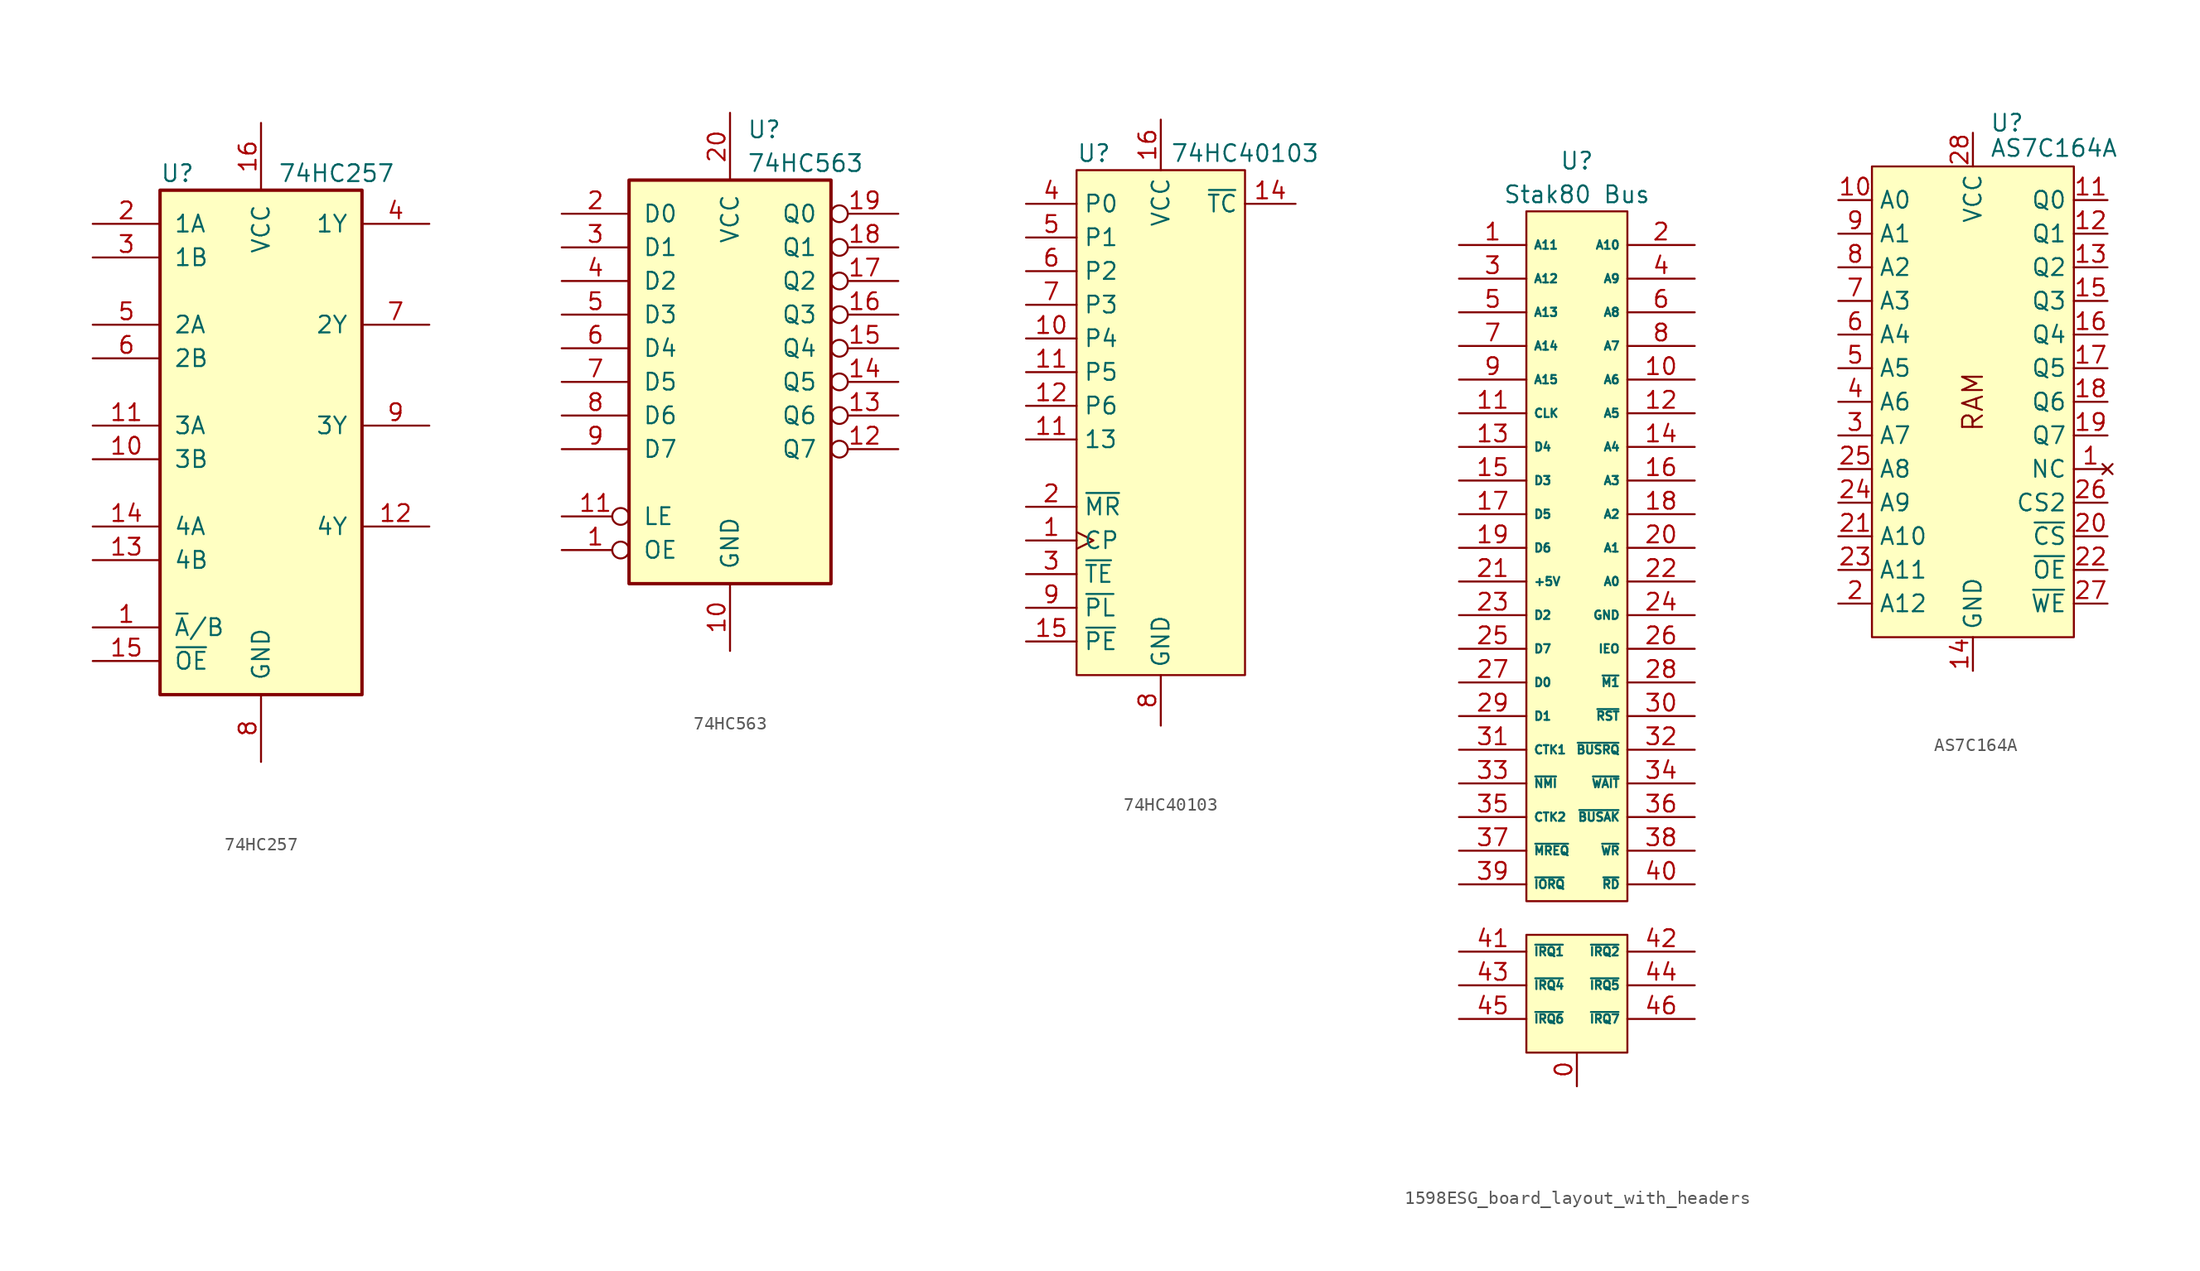
<source format=kicad_sym>
(kicad_symbol_lib
  (version 20220914)
  (generator kicad_symbol_editor)
  (symbol "74HC257"
    (pin_names
      (offset 1.016))
    (property "Reference" "U"
      (at -7.62 19.05 0)
      (effects (font (size 1.27 1.27)) (justify left)))
    (property "Value" "74HC257"
      (at 1.27 19.05 0)
      (effects (font (size 1.27 1.27)) (justify left)))
    (symbol "74HC257_1_0"
      (pin input line (at -12.7 -15.24 0) (length 5.08) (name "~{A}/B" (effects (font (size 1.27 1.27)))) (number "1" (effects (font (size 1.27 1.27)))))
      (pin input line (at -12.7 -2.54 0) (length 5.08) (name "3B" (effects (font (size 1.27 1.27)))) (number "10" (effects (font (size 1.27 1.27)))))
      (pin input line (at -12.7 0 0) (length 5.08) (name "3A" (effects (font (size 1.27 1.27)))) (number "11" (effects (font (size 1.27 1.27)))))
      (pin tri_state line (at 12.7 -7.62 180) (length 5.08) (name "4Y" (effects (font (size 1.27 1.27)))) (number "12" (effects (font (size 1.27 1.27)))))
      (pin input line (at -12.7 -10.16 0) (length 5.08) (name "4B" (effects (font (size 1.27 1.27)))) (number "13" (effects (font (size 1.27 1.27)))))
      (pin input line (at -12.7 -7.62 0) (length 5.08) (name "4A" (effects (font (size 1.27 1.27)))) (number "14" (effects (font (size 1.27 1.27)))))
      (pin input line (at -12.7 -17.78 0) (length 5.08) (name "~{OE}" (effects (font (size 1.27 1.27)))) (number "15" (effects (font (size 1.27 1.27)))))
      (pin power_in line (at 0 22.86 270) (length 5.08) (name "VCC" (effects (font (size 1.27 1.27)))) (number "16" (effects (font (size 1.27 1.27)))))
      (pin input line (at -12.7 15.24 0) (length 5.08) (name "1A" (effects (font (size 1.27 1.27)))) (number "2" (effects (font (size 1.27 1.27)))))
      (pin input line (at -12.7 12.7 0) (length 5.08) (name "1B" (effects (font (size 1.27 1.27)))) (number "3" (effects (font (size 1.27 1.27)))))
      (pin tri_state line (at 12.7 15.24 180) (length 5.08) (name "1Y" (effects (font (size 1.27 1.27)))) (number "4" (effects (font (size 1.27 1.27)))))
      (pin input line (at -12.7 7.62 0) (length 5.08) (name "2A" (effects (font (size 1.27 1.27)))) (number "5" (effects (font (size 1.27 1.27)))))
      (pin input line (at -12.7 5.08 0) (length 5.08) (name "2B" (effects (font (size 1.27 1.27)))) (number "6" (effects (font (size 1.27 1.27)))))
      (pin tri_state line (at 12.7 7.62 180) (length 5.08) (name "2Y" (effects (font (size 1.27 1.27)))) (number "7" (effects (font (size 1.27 1.27)))))
      (pin power_in line (at 0 -25.4 90) (length 5.08) (name "GND" (effects (font (size 1.27 1.27)))) (number "8" (effects (font (size 1.27 1.27)))))
      (pin tri_state line (at 12.7 0 180) (length 5.08) (name "3Y" (effects (font (size 1.27 1.27)))) (number "9" (effects (font (size 1.27 1.27))))))
    (symbol "74HC257_1_1"
      (rectangle (start -7.62 17.78) (end 7.62 -20.32) (stroke (width 0.254) (type default)) (fill (type background)))))
  (symbol "74HC563"
    (pin_names
      (offset 1.016))
    (property "Reference" "U"
      (at 1.27 19.05 0)
      (effects (font (size 1.27 1.27)) (justify left)))
    (property "Value" "74HC563"
      (at 1.27 16.51 0)
      (effects (font (size 1.27 1.27)) (justify left)))
    (symbol "74HC563_1_0"
      (pin input inverted (at -12.7 -12.7 0) (length 5.08) (name "OE" (effects (font (size 1.27 1.27)))) (number "1" (effects (font (size 1.27 1.27)))))
      (pin power_in line (at 0 -20.32 90) (length 5.08) (name "GND" (effects (font (size 1.27 1.27)))) (number "10" (effects (font (size 1.27 1.27)))))
      (pin input inverted (at -12.7 -10.16 0) (length 5.08) (name "LE" (effects (font (size 1.27 1.27)))) (number "11" (effects (font (size 1.27 1.27)))))
      (pin tri_state inverted (at 12.7 -5.08 180) (length 5.08) (name "Q7" (effects (font (size 1.27 1.27)))) (number "12" (effects (font (size 1.27 1.27)))))
      (pin tri_state inverted (at 12.7 -2.54 180) (length 5.08) (name "Q6" (effects (font (size 1.27 1.27)))) (number "13" (effects (font (size 1.27 1.27)))))
      (pin tri_state inverted (at 12.7 0 180) (length 5.08) (name "Q5" (effects (font (size 1.27 1.27)))) (number "14" (effects (font (size 1.27 1.27)))))
      (pin tri_state inverted (at 12.7 2.54 180) (length 5.08) (name "Q4" (effects (font (size 1.27 1.27)))) (number "15" (effects (font (size 1.27 1.27)))))
      (pin tri_state inverted (at 12.7 5.08 180) (length 5.08) (name "Q3" (effects (font (size 1.27 1.27)))) (number "16" (effects (font (size 1.27 1.27)))))
      (pin tri_state inverted (at 12.7 7.62 180) (length 5.08) (name "Q2" (effects (font (size 1.27 1.27)))) (number "17" (effects (font (size 1.27 1.27)))))
      (pin tri_state inverted (at 12.7 10.16 180) (length 5.08) (name "Q1" (effects (font (size 1.27 1.27)))) (number "18" (effects (font (size 1.27 1.27)))))
      (pin tri_state inverted (at 12.7 12.7 180) (length 5.08) (name "Q0" (effects (font (size 1.27 1.27)))) (number "19" (effects (font (size 1.27 1.27)))))
      (pin input line (at -12.7 12.7 0) (length 5.08) (name "D0" (effects (font (size 1.27 1.27)))) (number "2" (effects (font (size 1.27 1.27)))))
      (pin power_in line (at 0 20.32 270) (length 5.08) (name "VCC" (effects (font (size 1.27 1.27)))) (number "20" (effects (font (size 1.27 1.27)))))
      (pin input line (at -12.7 10.16 0) (length 5.08) (name "D1" (effects (font (size 1.27 1.27)))) (number "3" (effects (font (size 1.27 1.27)))))
      (pin input line (at -12.7 7.62 0) (length 5.08) (name "D2" (effects (font (size 1.27 1.27)))) (number "4" (effects (font (size 1.27 1.27)))))
      (pin input line (at -12.7 5.08 0) (length 5.08) (name "D3" (effects (font (size 1.27 1.27)))) (number "5" (effects (font (size 1.27 1.27)))))
      (pin input line (at -12.7 2.54 0) (length 5.08) (name "D4" (effects (font (size 1.27 1.27)))) (number "6" (effects (font (size 1.27 1.27)))))
      (pin input line (at -12.7 0 0) (length 5.08) (name "D5" (effects (font (size 1.27 1.27)))) (number "7" (effects (font (size 1.27 1.27)))))
      (pin input line (at -12.7 -2.54 0) (length 5.08) (name "D6" (effects (font (size 1.27 1.27)))) (number "8" (effects (font (size 1.27 1.27)))))
      (pin input line (at -12.7 -5.08 0) (length 5.08) (name "D7" (effects (font (size 1.27 1.27)))) (number "9" (effects (font (size 1.27 1.27))))))
    (symbol "74HC563_1_1"
      (rectangle (start -7.62 15.24) (end 7.62 -15.24) (stroke (width 0.254) (type default)) (fill (type background)))))
  (symbol "74HC40103"
    (property "Reference" "U"
      (at -6.35 0 0)
      (effects (font (size 1.27 1.27)) (justify left)))
    (property "Value" "74HC40103"
      (at 6.35 0 0)
      (effects (font (size 1.27 1.27))))
    (symbol "74HC40103_0_1"
      (rectangle (start -6.35 -1.27) (end 6.35 -39.37) (stroke (width 0.152) (type default)) (fill (type background))))
    (symbol "74HC40103_1_1"
      (pin input clock (at -10.16 -29.21 0) (length 3.81) (name "CP" (effects (font (size 1.27 1.27)))) (number "1" (effects (font (size 1.27 1.27)))))
      (pin input line (at -10.16 -13.97 0) (length 3.81) (name "P4" (effects (font (size 1.27 1.27)))) (number "10" (effects (font (size 1.27 1.27)))))
      (pin input line (at -10.16 -21.59 0) (length 3.81) (name "13" (effects (font (size 1.27 1.27)))) (number "11" (effects (font (size 1.27 1.27)))))
      (pin input line (at -10.16 -16.51 0) (length 3.81) (name "P5" (effects (font (size 1.27 1.27)))) (number "11" (effects (font (size 1.27 1.27)))))
      (pin input line (at -10.16 -19.05 0) (length 3.81) (name "P6" (effects (font (size 1.27 1.27)))) (number "12" (effects (font (size 1.27 1.27)))))
      (pin output line (at 10.16 -3.81 180) (length 3.81) (name "~{TC}" (effects (font (size 1.27 1.27)))) (number "14" (effects (font (size 1.27 1.27)))))
      (pin input line (at -10.16 -36.83 0) (length 3.81) (name "~{PE}" (effects (font (size 1.27 1.27)))) (number "15" (effects (font (size 1.27 1.27)))))
      (pin power_in line (at 0 2.54 270) (length 3.81) (name "VCC" (effects (font (size 1.27 1.27)))) (number "16" (effects (font (size 1.27 1.27)))))
      (pin input line (at -10.16 -26.67 0) (length 3.81) (name "~{MR}" (effects (font (size 1.27 1.27)))) (number "2" (effects (font (size 1.27 1.27)))))
      (pin input line (at -10.16 -31.75 0) (length 3.81) (name "~{TE}" (effects (font (size 1.27 1.27)))) (number "3" (effects (font (size 1.27 1.27)))))
      (pin input line (at -10.16 -3.81 0) (length 3.81) (name "P0" (effects (font (size 1.27 1.27)))) (number "4" (effects (font (size 1.27 1.27)))))
      (pin input line (at -10.16 -6.35 0) (length 3.81) (name "P1" (effects (font (size 1.27 1.27)))) (number "5" (effects (font (size 1.27 1.27)))))
      (pin input line (at -10.16 -8.89 0) (length 3.81) (name "P2" (effects (font (size 1.27 1.27)))) (number "6" (effects (font (size 1.27 1.27)))))
      (pin input line (at -10.16 -11.43 0) (length 3.81) (name "P3" (effects (font (size 1.27 1.27)))) (number "7" (effects (font (size 1.27 1.27)))))
      (pin power_in line (at 0 -43.18 90) (length 3.81) (name "GND" (effects (font (size 1.27 1.27)))) (number "8" (effects (font (size 1.27 1.27)))))
      (pin input line (at -10.16 -34.29 0) (length 3.81) (name "~{PL}" (effects (font (size 1.27 1.27)))) (number "9" (effects (font (size 1.27 1.27)))))))
  (symbol "1598ESG_board_layout_with_headers"
    (property "Reference" "U"
      (at 0 2.54 0)
      (effects (font (size 1.27 1.27))))
    (property "Value" "Stak80 Bus"
      (at 0 0 0)
      (effects (font (size 1.27 1.27))))
    (symbol "1598ESG_board_layout_with_headers_1_1"
      (rectangle (start -3.81 -55.88) (end 3.81 -64.77) (stroke (width 0) (type default)) (fill (type background)))
      (rectangle (start -3.81 -1.27) (end 3.81 -53.34) (stroke (width 0) (type default)) (fill (type background)))
      (pin passive line (at 0 -67.31 90) (length 2.54) (name "" (effects (font (size 1.27 1.27)))) (number "0" (effects (font (size 1.27 1.27)))))
      (pin passive line (at -8.89 -3.81 0) (length 5.08) (name "A11" (effects (font (size 0.635 0.635)))) (number "1" (effects (font (size 1.27 1.27)))))
      (pin passive line (at 8.89 -13.97 180) (length 5.08) (name "A6" (effects (font (size 0.635 0.635)))) (number "10" (effects (font (size 1.27 1.27)))))
      (pin passive line (at -8.89 -16.51 0) (length 5.08) (name "CLK" (effects (font (size 0.635 0.635)))) (number "11" (effects (font (size 1.27 1.27)))))
      (pin passive line (at 8.89 -16.51 180) (length 5.08) (name "A5" (effects (font (size 0.635 0.635)))) (number "12" (effects (font (size 1.27 1.27)))))
      (pin passive line (at -8.89 -19.05 0) (length 5.08) (name "D4" (effects (font (size 0.635 0.635)))) (number "13" (effects (font (size 1.27 1.27)))))
      (pin passive line (at 8.89 -19.05 180) (length 5.08) (name "A4" (effects (font (size 0.635 0.635)))) (number "14" (effects (font (size 1.27 1.27)))))
      (pin passive line (at -8.89 -21.59 0) (length 5.08) (name "D3" (effects (font (size 0.635 0.635)))) (number "15" (effects (font (size 1.27 1.27)))))
      (pin passive line (at 8.89 -21.59 180) (length 5.08) (name "A3" (effects (font (size 0.635 0.635)))) (number "16" (effects (font (size 1.27 1.27)))))
      (pin passive line (at -8.89 -24.13 0) (length 5.08) (name "D5" (effects (font (size 0.635 0.635)))) (number "17" (effects (font (size 1.27 1.27)))))
      (pin passive line (at 8.89 -24.13 180) (length 5.08) (name "A2" (effects (font (size 0.635 0.635)))) (number "18" (effects (font (size 1.27 1.27)))))
      (pin passive line (at -8.89 -26.67 0) (length 5.08) (name "D6" (effects (font (size 0.635 0.635)))) (number "19" (effects (font (size 1.27 1.27)))))
      (pin passive line (at 8.89 -3.81 180) (length 5.08) (name "A10" (effects (font (size 0.635 0.635)))) (number "2" (effects (font (size 1.27 1.27)))))
      (pin passive line (at 8.89 -26.67 180) (length 5.08) (name "A1" (effects (font (size 0.635 0.635)))) (number "20" (effects (font (size 1.27 1.27)))))
      (pin passive line (at -8.89 -29.21 0) (length 5.08) (name "+5V" (effects (font (size 0.635 0.635)))) (number "21" (effects (font (size 1.27 1.27)))))
      (pin passive line (at 8.89 -29.21 180) (length 5.08) (name "A0" (effects (font (size 0.635 0.635)))) (number "22" (effects (font (size 1.27 1.27)))))
      (pin passive line (at -8.89 -31.75 0) (length 5.08) (name "D2" (effects (font (size 0.635 0.635)))) (number "23" (effects (font (size 1.27 1.27)))))
      (pin passive line (at 8.89 -31.75 180) (length 5.08) (name "GND" (effects (font (size 0.635 0.635)))) (number "24" (effects (font (size 1.27 1.27)))))
      (pin passive line (at -8.89 -34.29 0) (length 5.08) (name "D7" (effects (font (size 0.635 0.635)))) (number "25" (effects (font (size 1.27 1.27)))))
      (pin passive line (at 8.89 -34.29 180) (length 5.08) (name "IEO" (effects (font (size 0.635 0.635)))) (number "26" (effects (font (size 1.27 1.27)))))
      (pin passive line (at -8.89 -36.83 0) (length 5.08) (name "D0" (effects (font (size 0.635 0.635)))) (number "27" (effects (font (size 1.27 1.27)))))
      (pin passive line (at 8.89 -36.83 180) (length 5.08) (name "~{M1}" (effects (font (size 0.635 0.635)))) (number "28" (effects (font (size 1.27 1.27)))))
      (pin passive line (at -8.89 -39.37 0) (length 5.08) (name "D1" (effects (font (size 0.635 0.635)))) (number "29" (effects (font (size 1.27 1.27)))))
      (pin passive line (at -8.89 -6.35 0) (length 5.08) (name "A12" (effects (font (size 0.635 0.635)))) (number "3" (effects (font (size 1.27 1.27)))))
      (pin passive line (at 8.89 -39.37 180) (length 5.08) (name "~{RST}" (effects (font (size 0.635 0.635)))) (number "30" (effects (font (size 1.27 1.27)))))
      (pin passive line (at -8.89 -41.91 0) (length 5.08) (name "CTK1" (effects (font (size 0.635 0.635)))) (number "31" (effects (font (size 1.27 1.27)))))
      (pin passive line (at 8.89 -41.91 180) (length 5.08) (name "~{BUSRQ}" (effects (font (size 0.635 0.635)))) (number "32" (effects (font (size 1.27 1.27)))))
      (pin passive line (at -8.89 -44.45 0) (length 5.08) (name "~{NMI}" (effects (font (size 0.635 0.635)))) (number "33" (effects (font (size 1.27 1.27)))))
      (pin passive line (at 8.89 -44.45 180) (length 5.08) (name "~{WAIT}" (effects (font (size 0.635 0.635)))) (number "34" (effects (font (size 1.27 1.27)))))
      (pin passive line (at -8.89 -46.99 0) (length 5.08) (name "CTK2" (effects (font (size 0.635 0.635)))) (number "35" (effects (font (size 1.27 1.27)))))
      (pin passive line (at 8.89 -46.99 180) (length 5.08) (name "~{BUSAK}" (effects (font (size 0.635 0.635)))) (number "36" (effects (font (size 1.27 1.27)))))
      (pin passive line (at -8.89 -49.53 0) (length 5.08) (name "~{MREQ}" (effects (font (size 0.635 0.635)))) (number "37" (effects (font (size 1.27 1.27)))))
      (pin passive line (at 8.89 -49.53 180) (length 5.08) (name "~{WR}" (effects (font (size 0.635 0.635)))) (number "38" (effects (font (size 1.27 1.27)))))
      (pin passive line (at -8.89 -52.07 0) (length 5.08) (name "~{IORQ}" (effects (font (size 0.635 0.635)))) (number "39" (effects (font (size 1.27 1.27)))))
      (pin passive line (at 8.89 -6.35 180) (length 5.08) (name "A9" (effects (font (size 0.635 0.635)))) (number "4" (effects (font (size 1.27 1.27)))))
      (pin passive line (at 8.89 -52.07 180) (length 5.08) (name "~{RD}" (effects (font (size 0.635 0.635)))) (number "40" (effects (font (size 1.27 1.27)))))
      (pin passive line (at -8.89 -57.15 0) (length 5.08) (name "~{IRQ1}" (effects (font (size 0.635 0.635)))) (number "41" (effects (font (size 1.27 1.27)))))
      (pin passive line (at 8.89 -57.15 180) (length 5.08) (name "~{IRQ2}" (effects (font (size 0.635 0.635)))) (number "42" (effects (font (size 1.27 1.27)))))
      (pin passive line (at -8.89 -59.69 0) (length 5.08) (name "~{IRQ4}" (effects (font (size 0.635 0.635)))) (number "43" (effects (font (size 1.27 1.27)))))
      (pin passive line (at 8.89 -59.69 180) (length 5.08) (name "~{IRQ5}" (effects (font (size 0.635 0.635)))) (number "44" (effects (font (size 1.27 1.27)))))
      (pin passive line (at -8.89 -62.23 0) (length 5.08) (name "~{IRQ6}" (effects (font (size 0.635 0.635)))) (number "45" (effects (font (size 1.27 1.27)))))
      (pin passive line (at 8.89 -62.23 180) (length 5.08) (name "~{IRQ7}" (effects (font (size 0.635 0.635)))) (number "46" (effects (font (size 1.27 1.27)))))
      (pin passive line (at -8.89 -8.89 0) (length 5.08) (name "A13" (effects (font (size 0.635 0.635)))) (number "5" (effects (font (size 1.27 1.27)))))
      (pin passive line (at 8.89 -8.89 180) (length 5.08) (name "A8" (effects (font (size 0.635 0.635)))) (number "6" (effects (font (size 1.27 1.27)))))
      (pin passive line (at -8.89 -11.43 0) (length 5.08) (name "A14" (effects (font (size 0.635 0.635)))) (number "7" (effects (font (size 1.27 1.27)))))
      (pin passive line (at 8.89 -11.43 180) (length 5.08) (name "A7" (effects (font (size 0.635 0.635)))) (number "8" (effects (font (size 1.27 1.27)))))
      (pin passive line (at -8.89 -13.97 0) (length 5.08) (name "A15" (effects (font (size 0.635 0.635)))) (number "9" (effects (font (size 1.27 1.27)))))))
  (symbol "AS7C164A"
    (property "Reference" "U"
      (at 1.27 22.86 0)
      (effects (font (size 1.27 1.27)) (justify left bottom)))
    (property "Value" "AS7C164A"
      (at 1.27 20.955 0)
      (effects (font (size 1.27 1.27)) (justify left bottom)))
    (symbol "AS7C164A_0_0"
      (text "RAM" (at 0 2.54 900) (effects (font (size 1.499 1.499))))
      (pin power_in line (at 0 -17.78 90) (length 2.54) (name "GND" (effects (font (size 1.27 1.27)))) (number "14" (effects (font (size 1.27 1.27)))))
      (pin power_in line (at 0 22.86 270) (length 2.54) (name "VCC" (effects (font (size 1.27 1.27)))) (number "28" (effects (font (size 1.27 1.27))))))
    (symbol "AS7C164A_0_1"
      (rectangle (start -7.62 20.32) (end 7.62 -15.24) (stroke (width 0) (type solid)) (fill (type background))))
    (symbol "AS7C164A_1_1"
      (pin no_connect line (at 10.16 -2.54 180) (length 2.54) (name "NC" (effects (font (size 1.27 1.27)))) (number "1" (effects (font (size 1.27 1.27)))))
      (pin input line (at -10.16 17.78 0) (length 2.54) (name "A0" (effects (font (size 1.27 1.27)))) (number "10" (effects (font (size 1.27 1.27)))))
      (pin tri_state line (at 10.16 17.78 180) (length 2.54) (name "Q0" (effects (font (size 1.27 1.27)))) (number "11" (effects (font (size 1.27 1.27)))))
      (pin tri_state line (at 10.16 15.24 180) (length 2.54) (name "Q1" (effects (font (size 1.27 1.27)))) (number "12" (effects (font (size 1.27 1.27)))))
      (pin tri_state line (at 10.16 12.7 180) (length 2.54) (name "Q2" (effects (font (size 1.27 1.27)))) (number "13" (effects (font (size 1.27 1.27)))))
      (pin tri_state line (at 10.16 10.16 180) (length 2.54) (name "Q3" (effects (font (size 1.27 1.27)))) (number "15" (effects (font (size 1.27 1.27)))))
      (pin tri_state line (at 10.16 7.62 180) (length 2.54) (name "Q4" (effects (font (size 1.27 1.27)))) (number "16" (effects (font (size 1.27 1.27)))))
      (pin tri_state line (at 10.16 5.08 180) (length 2.54) (name "Q5" (effects (font (size 1.27 1.27)))) (number "17" (effects (font (size 1.27 1.27)))))
      (pin tri_state line (at 10.16 2.54 180) (length 2.54) (name "Q6" (effects (font (size 1.27 1.27)))) (number "18" (effects (font (size 1.27 1.27)))))
      (pin tri_state line (at 10.16 0 180) (length 2.54) (name "Q7" (effects (font (size 1.27 1.27)))) (number "19" (effects (font (size 1.27 1.27)))))
      (pin input line (at -10.16 -12.7 0) (length 2.54) (name "A12" (effects (font (size 1.27 1.27)))) (number "2" (effects (font (size 1.27 1.27)))))
      (pin input line (at 10.16 -7.62 180) (length 2.54) (name "~{CS}" (effects (font (size 1.27 1.27)))) (number "20" (effects (font (size 1.27 1.27)))))
      (pin input line (at -10.16 -7.62 0) (length 2.54) (name "A10" (effects (font (size 1.27 1.27)))) (number "21" (effects (font (size 1.27 1.27)))))
      (pin input line (at 10.16 -10.16 180) (length 2.54) (name "~{OE}" (effects (font (size 1.27 1.27)))) (number "22" (effects (font (size 1.27 1.27)))))
      (pin input line (at -10.16 -10.16 0) (length 2.54) (name "A11" (effects (font (size 1.27 1.27)))) (number "23" (effects (font (size 1.27 1.27)))))
      (pin input line (at -10.16 -5.08 0) (length 2.54) (name "A9" (effects (font (size 1.27 1.27)))) (number "24" (effects (font (size 1.27 1.27)))))
      (pin input line (at -10.16 -2.54 0) (length 2.54) (name "A8" (effects (font (size 1.27 1.27)))) (number "25" (effects (font (size 1.27 1.27)))))
      (pin input line (at 10.16 -5.08 180) (length 2.54) (name "CS2" (effects (font (size 1.27 1.27)))) (number "26" (effects (font (size 1.27 1.27)))))
      (pin input line (at 10.16 -12.7 180) (length 2.54) (name "~{WE}" (effects (font (size 1.27 1.27)))) (number "27" (effects (font (size 1.27 1.27)))))
      (pin input line (at -10.16 0 0) (length 2.54) (name "A7" (effects (font (size 1.27 1.27)))) (number "3" (effects (font (size 1.27 1.27)))))
      (pin input line (at -10.16 2.54 0) (length 2.54) (name "A6" (effects (font (size 1.27 1.27)))) (number "4" (effects (font (size 1.27 1.27)))))
      (pin input line (at -10.16 5.08 0) (length 2.54) (name "A5" (effects (font (size 1.27 1.27)))) (number "5" (effects (font (size 1.27 1.27)))))
      (pin input line (at -10.16 7.62 0) (length 2.54) (name "A4" (effects (font (size 1.27 1.27)))) (number "6" (effects (font (size 1.27 1.27)))))
      (pin input line (at -10.16 10.16 0) (length 2.54) (name "A3" (effects (font (size 1.27 1.27)))) (number "7" (effects (font (size 1.27 1.27)))))
      (pin input line (at -10.16 12.7 0) (length 2.54) (name "A2" (effects (font (size 1.27 1.27)))) (number "8" (effects (font (size 1.27 1.27)))))
      (pin input line (at -10.16 15.24 0) (length 2.54) (name "A1" (effects (font (size 1.27 1.27)))) (number "9" (effects (font (size 1.27 1.27))))))))
</source>
